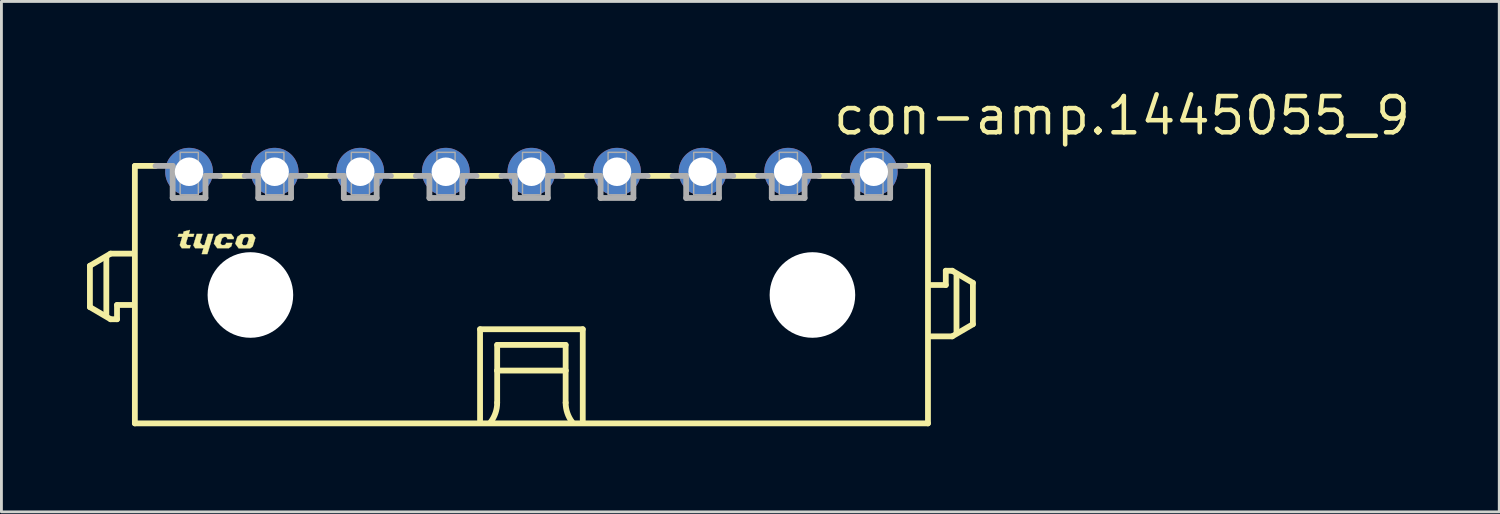
<source format=kicad_pcb>
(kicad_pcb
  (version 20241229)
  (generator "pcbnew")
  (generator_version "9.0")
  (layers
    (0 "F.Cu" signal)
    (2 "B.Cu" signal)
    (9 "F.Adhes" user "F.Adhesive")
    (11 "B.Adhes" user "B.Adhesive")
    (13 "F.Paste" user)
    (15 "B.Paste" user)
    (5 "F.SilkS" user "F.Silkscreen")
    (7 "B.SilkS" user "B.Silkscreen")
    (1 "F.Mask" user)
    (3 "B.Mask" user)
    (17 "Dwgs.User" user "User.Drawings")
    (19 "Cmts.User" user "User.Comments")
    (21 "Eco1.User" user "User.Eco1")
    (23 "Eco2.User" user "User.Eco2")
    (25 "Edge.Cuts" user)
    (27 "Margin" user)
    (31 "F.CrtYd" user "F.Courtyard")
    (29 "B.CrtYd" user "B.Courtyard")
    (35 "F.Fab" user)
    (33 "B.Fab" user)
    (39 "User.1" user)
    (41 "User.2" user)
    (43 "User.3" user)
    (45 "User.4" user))
  (footprint "con-amp.1445055_9"
    (layer "F.Cu")
    (at 15.577 7.29)
    (property "Reference" "con-amp.1445055_9" (at 10.5 -5.54 0) (layer "F.SilkS") (effects (font (size 1.27 1.27) (thickness 0.16)) (justify left bottom)))
    (attr through_hole)
    (fp_line (start -15.475 -1.025) (end -15.475 0.425) (stroke (width 0.203) (type default)) (layer "F.SilkS"))
    (fp_line (start -15.475 0.425) (end -14.75 0.85) (stroke (width 0.203) (type default)) (layer "F.SilkS"))
    (fp_line (start -14.9 0.7) (end -14.9 -1.3) (stroke (width 0.203) (type default)) (layer "F.SilkS"))
    (fp_line (start -14.75 -1.45) (end -15.475 -1.025) (stroke (width 0.203) (type default)) (layer "F.SilkS"))
    (fp_line (start -14.75 0.85) (end -14.525 0.85) (stroke (width 0.203) (type default)) (layer "F.SilkS"))
    (fp_line (start -14.525 0.35) (end -14 0.35) (stroke (width 0.203) (type default)) (layer "F.SilkS"))
    (fp_line (start -14.525 0.85) (end -14.525 0.35) (stroke (width 0.203) (type default)) (layer "F.SilkS"))
    (fp_line (start -14 -1.45) (end -14.75 -1.45) (stroke (width 0.203) (type default)) (layer "F.SilkS"))
    (fp_line (start -13.9 -4.525) (end -13.9 4.5) (stroke (width 0.203) (type default)) (layer "F.SilkS"))
    (fp_line (start -13.9 -4.525) (end -13.175 -4.525) (stroke (width 0.203) (type default)) (layer "F.SilkS"))
    (fp_line (start -13.9 4.5) (end 13.9 4.5) (stroke (width 0.203) (type default)) (layer "F.SilkS"))
    (fp_line (start -10.05 -4.175) (end -10.925 -4.175) (stroke (width 0.203) (type default)) (layer "F.SilkS"))
    (fp_line (start -7.05 -4.175) (end -7.925 -4.175) (stroke (width 0.203) (type default)) (layer "F.SilkS"))
    (fp_line (start -4.05 -4.175) (end -4.925 -4.175) (stroke (width 0.203) (type default)) (layer "F.SilkS"))
    (fp_line (start -1.8 1.2) (end 1.8 1.2) (stroke (width 0.203) (type default)) (layer "F.SilkS"))
    (fp_line (start -1.8 4.4) (end -1.8 1.2) (stroke (width 0.203) (type default)) (layer "F.SilkS"))
    (fp_line (start -1.2 1.75) (end -1.2 2.65) (stroke (width 0.203) (type default)) (layer "F.SilkS"))
    (fp_line (start -1.2 2.65) (end -1.2 3.775) (stroke (width 0.203) (type default)) (layer "F.SilkS"))
    (fp_line (start -1.2 2.65) (end 1.2 2.65) (stroke (width 0.203) (type default)) (layer "F.SilkS"))
    (fp_line (start -1.05 -4.175) (end -1.925 -4.175) (stroke (width 0.203) (type default)) (layer "F.SilkS"))
    (fp_line (start 1.2 1.75) (end -1.2 1.75) (stroke (width 0.203) (type default)) (layer "F.SilkS"))
    (fp_line (start 1.2 2.65) (end 1.2 1.75) (stroke (width 0.203) (type default)) (layer "F.SilkS"))
    (fp_line (start 1.2 2.65) (end 1.2 3.775) (stroke (width 0.203) (type default)) (layer "F.SilkS"))
    (fp_line (start 1.8 1.2) (end 1.8 4.4) (stroke (width 0.203) (type default)) (layer "F.SilkS"))
    (fp_line (start 1.95 -4.175) (end 1.075 -4.175) (stroke (width 0.203) (type default)) (layer "F.SilkS"))
    (fp_line (start 4.95 -4.175) (end 4.075 -4.175) (stroke (width 0.203) (type default)) (layer "F.SilkS"))
    (fp_line (start 7.95 -4.175) (end 7.075 -4.175) (stroke (width 0.203) (type default)) (layer "F.SilkS"))
    (fp_line (start 10.95 -4.175) (end 10.075 -4.175) (stroke (width 0.203) (type default)) (layer "F.SilkS"))
    (fp_line (start 13.9 -4.525) (end 13.1 -4.525) (stroke (width 0.203) (type default)) (layer "F.SilkS"))
    (fp_line (start 13.9 4.5) (end 13.9 -4.525) (stroke (width 0.203) (type default)) (layer "F.SilkS"))
    (fp_line (start 14 1.45) (end 14.75 1.45) (stroke (width 0.203) (type default)) (layer "F.SilkS"))
    (fp_line (start 14.525 -0.85) (end 14.525 -0.35) (stroke (width 0.203) (type default)) (layer "F.SilkS"))
    (fp_line (start 14.525 -0.35) (end 14 -0.35) (stroke (width 0.203) (type default)) (layer "F.SilkS"))
    (fp_line (start 14.75 -0.85) (end 14.525 -0.85) (stroke (width 0.203) (type default)) (layer "F.SilkS"))
    (fp_line (start 14.75 1.45) (end 15.475 1.025) (stroke (width 0.203) (type default)) (layer "F.SilkS"))
    (fp_line (start 14.9 1.3) (end 14.9 -0.7) (stroke (width 0.203) (type default)) (layer "F.SilkS"))
    (fp_line (start 15.475 -0.425) (end 14.75 -0.85) (stroke (width 0.203) (type default)) (layer "F.SilkS"))
    (fp_line (start 15.475 1.025) (end 15.475 -0.425) (stroke (width 0.203) (type default)) (layer "F.SilkS"))
    (fp_arc (start -1.2 3.775) (mid -1.257731 4.130756) (end -1.425 4.45) (stroke (width 0.2032) (type default)) (layer "F.SilkS"))
    (fp_arc (start 1.425 4.45) (mid 1.257731 4.130756) (end 1.2 3.775) (stroke (width 0.2032) (type default)) (layer "F.SilkS"))
    (fp_poly (pts (xy -11.73 -2.14) (xy -11.53 -2.14) (xy -11.62 -1.845) (xy -11.54 -1.75) (xy -11.46 -1.75) (xy -11.34 -2.14) (xy -11.145 -2.14) (xy -11.36 -1.435) (xy -11.555 -1.435) (xy -11.495 -1.64) (xy -11.785 -1.64) (xy -11.85 -1.74)) (stroke (width 0.01) (type default)) (fill yes) (layer "F.SilkS"))
    (fp_poly (pts (xy -12.365 -2.14) (xy -12.21 -2.14) (xy -12.188 -2.225) (xy -11.97 -2.28) (xy -12.01 -2.14) (xy -11.82 -2.14) (xy -11.85 -2.04) (xy -12.04 -2.04) (xy -12.11 -1.81) (xy -12.065 -1.75) (xy -11.945 -1.75) (xy -11.975 -1.64) (xy -12.255 -1.64) (xy -12.325 -1.75) (xy -12.24 -2.04) (xy -12.395 -2.04)) (stroke (width 0.01) (type default)) (fill yes) (layer "F.SilkS"))
    (fp_poly (pts (xy -10.66 -1.96) (xy -10.44 -1.96) (xy -10.425 -2.01) (xy -10.52 -2.14) (xy -10.92 -2.14) (xy -11.055 -2.045) (xy -11.13 -1.805) (xy -11.01 -1.64) (xy -10.61 -1.64) (xy -10.52 -1.705) (xy -10.485 -1.825) (xy -10.7 -1.825) (xy -10.715 -1.78) (xy -10.76 -1.75) (xy -10.855 -1.75) (xy -10.9 -1.81) (xy -10.85 -1.98) (xy -10.78 -2.035) (xy -10.695 -2.035) (xy -10.655 -1.975)) (stroke (width 0.01) (type default)) (fill yes) (layer "F.SilkS"))
    (fp_poly (pts (xy -9.95 -1.825) (xy -9.73 -1.825) (xy -9.675 -2.005) (xy -9.77 -2.135) (xy -10.17 -2.135) (xy -10.305 -2.04) (xy -10.38 -1.8) (xy -10.26 -1.635) (xy -9.86 -1.635) (xy -9.77 -1.7) (xy -9.73 -1.825) (xy -9.95 -1.82) (xy -9.965 -1.775) (xy -10.01 -1.745) (xy -10.105 -1.745) (xy -10.15 -1.805) (xy -10.1 -1.975) (xy -10.03 -2.03) (xy -9.945 -2.03) (xy -9.905 -1.97)) (stroke (width 0.01) (type default)) (fill yes) (layer "F.SilkS"))
    (fp_line (start -12.575 -4.525) (end -13.175 -4.525) (stroke (width 0.203) (type default)) (layer "F.Fab"))
    (fp_line (start -12.575 -3.4) (end -12.575 -4.525) (stroke (width 0.203) (type default)) (layer "F.Fab"))
    (fp_line (start -11.425 -4.175) (end -11.425 -3.4) (stroke (width 0.203) (type default)) (layer "F.Fab"))
    (fp_line (start -11.425 -3.4) (end -12.575 -3.4) (stroke (width 0.203) (type default)) (layer "F.Fab"))
    (fp_line (start -10.925 -4.175) (end -11.425 -4.175) (stroke (width 0.203) (type default)) (layer "F.Fab"))
    (fp_line (start -9.575 -4.175) (end -10.05 -4.175) (stroke (width 0.203) (type default)) (layer "F.Fab"))
    (fp_line (start -9.575 -3.4) (end -9.575 -4.175) (stroke (width 0.203) (type default)) (layer "F.Fab"))
    (fp_line (start -8.425 -4.175) (end -8.425 -3.4) (stroke (width 0.203) (type default)) (layer "F.Fab"))
    (fp_line (start -8.425 -3.4) (end -9.575 -3.4) (stroke (width 0.203) (type default)) (layer "F.Fab"))
    (fp_line (start -7.925 -4.175) (end -8.425 -4.175) (stroke (width 0.203) (type default)) (layer "F.Fab"))
    (fp_line (start -6.575 -4.175) (end -7.05 -4.175) (stroke (width 0.203) (type default)) (layer "F.Fab"))
    (fp_line (start -6.575 -3.4) (end -6.575 -4.175) (stroke (width 0.203) (type default)) (layer "F.Fab"))
    (fp_line (start -5.425 -4.175) (end -5.425 -3.4) (stroke (width 0.203) (type default)) (layer "F.Fab"))
    (fp_line (start -5.425 -3.4) (end -6.575 -3.4) (stroke (width 0.203) (type default)) (layer "F.Fab"))
    (fp_line (start -4.925 -4.175) (end -5.425 -4.175) (stroke (width 0.203) (type default)) (layer "F.Fab"))
    (fp_line (start -3.575 -4.175) (end -4.05 -4.175) (stroke (width 0.203) (type default)) (layer "F.Fab"))
    (fp_line (start -3.575 -3.4) (end -3.575 -4.175) (stroke (width 0.203) (type default)) (layer "F.Fab"))
    (fp_line (start -2.425 -4.175) (end -2.425 -3.4) (stroke (width 0.203) (type default)) (layer "F.Fab"))
    (fp_line (start -2.425 -3.4) (end -3.575 -3.4) (stroke (width 0.203) (type default)) (layer "F.Fab"))
    (fp_line (start -1.925 -4.175) (end -2.425 -4.175) (stroke (width 0.203) (type default)) (layer "F.Fab"))
    (fp_line (start -0.575 -4.175) (end -1.05 -4.175) (stroke (width 0.203) (type default)) (layer "F.Fab"))
    (fp_line (start -0.575 -3.4) (end -0.575 -4.175) (stroke (width 0.203) (type default)) (layer "F.Fab"))
    (fp_line (start 0.575 -4.175) (end 0.575 -3.4) (stroke (width 0.203) (type default)) (layer "F.Fab"))
    (fp_line (start 0.575 -3.4) (end -0.575 -3.4) (stroke (width 0.203) (type default)) (layer "F.Fab"))
    (fp_line (start 1.075 -4.175) (end 0.575 -4.175) (stroke (width 0.203) (type default)) (layer "F.Fab"))
    (fp_line (start 2.425 -4.175) (end 1.95 -4.175) (stroke (width 0.203) (type default)) (layer "F.Fab"))
    (fp_line (start 2.425 -3.4) (end 2.425 -4.175) (stroke (width 0.203) (type default)) (layer "F.Fab"))
    (fp_line (start 3.575 -4.175) (end 3.575 -3.4) (stroke (width 0.203) (type default)) (layer "F.Fab"))
    (fp_line (start 3.575 -3.4) (end 2.425 -3.4) (stroke (width 0.203) (type default)) (layer "F.Fab"))
    (fp_line (start 4.075 -4.175) (end 3.575 -4.175) (stroke (width 0.203) (type default)) (layer "F.Fab"))
    (fp_line (start 5.425 -4.175) (end 4.95 -4.175) (stroke (width 0.203) (type default)) (layer "F.Fab"))
    (fp_line (start 5.425 -3.4) (end 5.425 -4.175) (stroke (width 0.203) (type default)) (layer "F.Fab"))
    (fp_line (start 6.575 -4.175) (end 6.575 -3.4) (stroke (width 0.203) (type default)) (layer "F.Fab"))
    (fp_line (start 6.575 -3.4) (end 5.425 -3.4) (stroke (width 0.203) (type default)) (layer "F.Fab"))
    (fp_line (start 7.075 -4.175) (end 6.575 -4.175) (stroke (width 0.203) (type default)) (layer "F.Fab"))
    (fp_line (start 8.425 -4.175) (end 7.95 -4.175) (stroke (width 0.203) (type default)) (layer "F.Fab"))
    (fp_line (start 8.425 -3.4) (end 8.425 -4.175) (stroke (width 0.203) (type default)) (layer "F.Fab"))
    (fp_line (start 9.575 -4.175) (end 9.575 -3.4) (stroke (width 0.203) (type default)) (layer "F.Fab"))
    (fp_line (start 9.575 -3.4) (end 8.425 -3.4) (stroke (width 0.203) (type default)) (layer "F.Fab"))
    (fp_line (start 10.075 -4.175) (end 9.575 -4.175) (stroke (width 0.203) (type default)) (layer "F.Fab"))
    (fp_line (start 11.425 -4.175) (end 10.95 -4.175) (stroke (width 0.203) (type default)) (layer "F.Fab"))
    (fp_line (start 11.425 -3.4) (end 11.425 -4.175) (stroke (width 0.203) (type default)) (layer "F.Fab"))
    (fp_line (start 12.575 -4.525) (end 12.575 -3.4) (stroke (width 0.203) (type default)) (layer "F.Fab"))
    (fp_line (start 12.575 -3.4) (end 11.425 -3.4) (stroke (width 0.203) (type default)) (layer "F.Fab"))
    (fp_line (start 13.1 -4.525) (end 12.575 -4.525) (stroke (width 0.203) (type default)) (layer "F.Fab"))
    (fp_rect (start -12.312 -3.513) (end -11.675 -5) (stroke (width 0.05) (type default)) (fill no) (layer "F.Fab"))
    (fp_rect (start -9.312 -3.513) (end -8.675 -5) (stroke (width 0.05) (type default)) (fill no) (layer "F.Fab"))
    (fp_rect (start -6.312 -3.513) (end -5.675 -5) (stroke (width 0.05) (type default)) (fill no) (layer "F.Fab"))
    (fp_rect (start -3.312 -3.513) (end -2.675 -5) (stroke (width 0.05) (type default)) (fill no) (layer "F.Fab"))
    (fp_rect (start -0.312 -3.513) (end 0.325 -5) (stroke (width 0.05) (type default)) (fill no) (layer "F.Fab"))
    (fp_rect (start 2.688 -3.513) (end 3.325 -5) (stroke (width 0.05) (type default)) (fill no) (layer "F.Fab"))
    (fp_rect (start 5.688 -3.513) (end 6.325 -5) (stroke (width 0.05) (type default)) (fill no) (layer "F.Fab"))
    (fp_rect (start 8.688 -3.513) (end 9.325 -5) (stroke (width 0.05) (type default)) (fill no) (layer "F.Fab"))
    (fp_rect (start 11.688 -3.513) (end 12.325 -5) (stroke (width 0.05) (type default)) (fill no) (layer "F.Fab"))
    (pad "" np_thru_hole circle (at -9.85 0) (size 3 3) (drill 3) (layers "*.Cu" "*.Mask"))
    (pad "" np_thru_hole circle (at 9.85 0) (size 3 3) (drill 3) (layers "*.Cu" "*.Mask"))
    (pad "1" thru_hole circle (at 12 -4.32) (size 1.676 1.676) (drill 1) (layers "*.Cu" "*.Mask"))
    (pad "2" thru_hole circle (at 9 -4.32) (size 1.676 1.676) (drill 1) (layers "*.Cu" "*.Mask"))
    (pad "3" thru_hole circle (at 6 -4.32) (size 1.676 1.676) (drill 1) (layers "*.Cu" "*.Mask"))
    (pad "4" thru_hole circle (at 3 -4.32) (size 1.676 1.676) (drill 1) (layers "*.Cu" "*.Mask"))
    (pad "5" thru_hole circle (at 0 -4.32) (size 1.676 1.676) (drill 1) (layers "*.Cu" "*.Mask"))
    (pad "6" thru_hole circle (at -3 -4.32) (size 1.676 1.676) (drill 1) (layers "*.Cu" "*.Mask"))
    (pad "7" thru_hole circle (at -6 -4.32) (size 1.676 1.676) (drill 1) (layers "*.Cu" "*.Mask"))
    (pad "8" thru_hole circle (at -9 -4.32) (size 1.676 1.676) (drill 1) (layers "*.Cu" "*.Mask"))
    (pad "9" thru_hole circle (at -12 -4.32) (size 1.676 1.676) (drill 1) (layers "*.Cu" "*.Mask")))
  (gr_rect
    (start -3 -3)
    (end 49.502 14.892)
    (stroke (width 0.1) (type default))
    (fill no)
    (layer "Edge.Cuts")))
</source>
